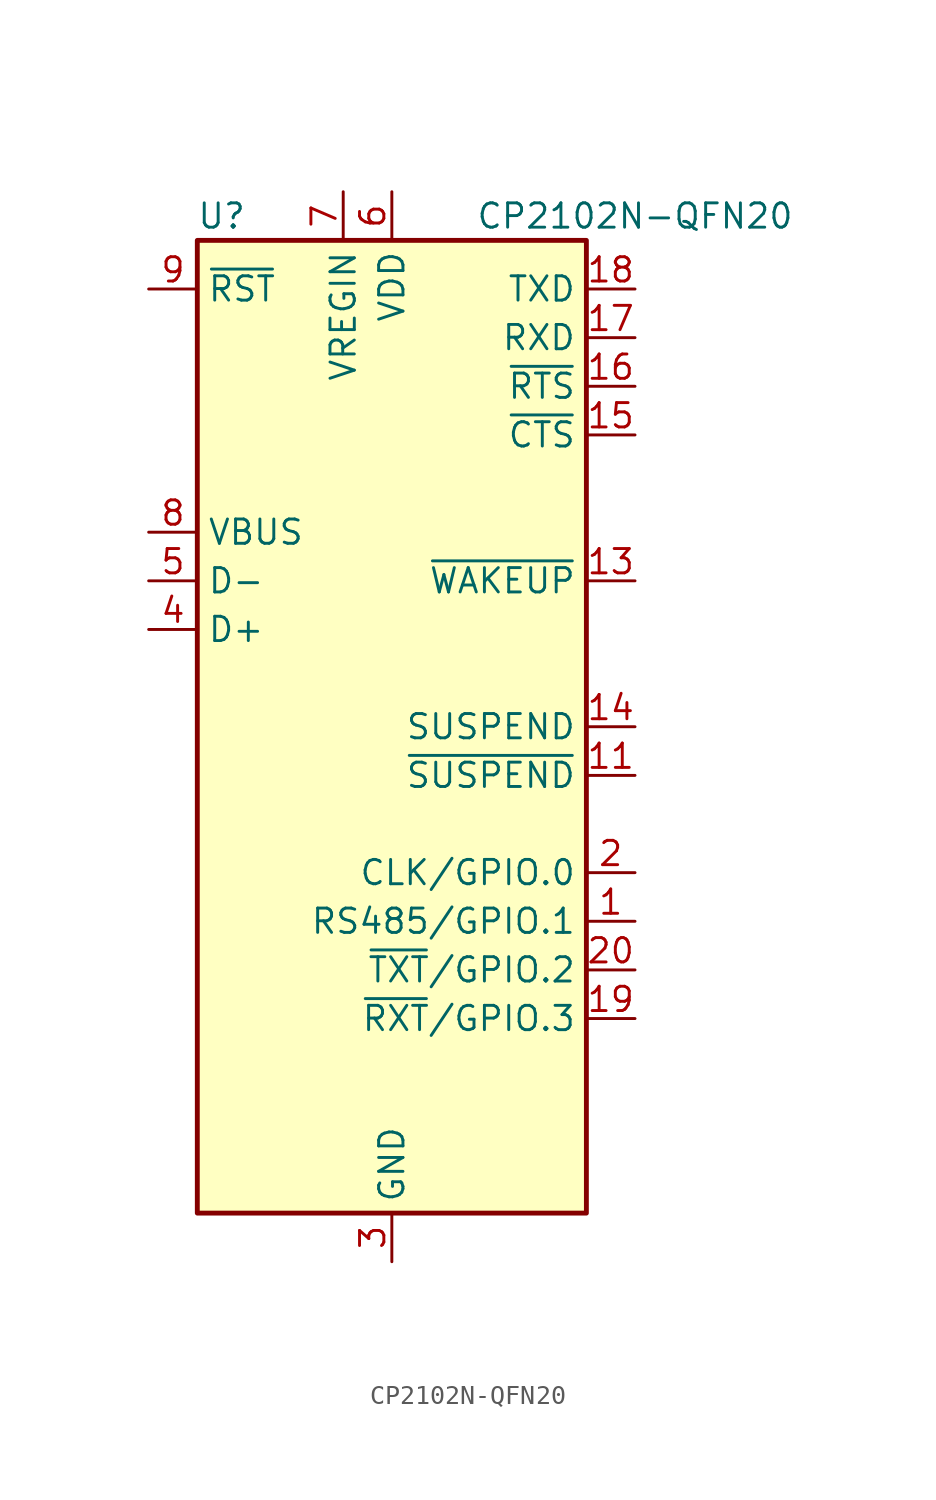
<source format=kicad_sym>
(kicad_symbol_lib
  (version 20231120)
  (generator "kicad_symbol_editor")
  (generator_version "8.0")
  (symbol "CP2102N-QFN20"
    (property "Reference" "U"
      (at -8.89 26.67 0)
      (effects (font (size 1.27 1.27))))
    (property "Value" "CP2102N-QFN20"
      (at 12.7 26.67 0)
      (effects (font (size 1.27 1.27))))
    (symbol "CP2102N-QFN20_0_1"
      (rectangle (start -10.16 25.4) (end 10.16 -25.4) (stroke (width 0.254) (type default)) (fill (type background))))
    (symbol "CP2102N-QFN20_1_1"
      (pin bidirectional line (at 12.7 -10.16 180) (length 2.54) (name "RS485/GPIO.1" (effects (font (size 1.27 1.27)))) (number "1" (effects (font (size 1.27 1.27)))))
      (pin no_connect line (at -10.16 -22.86 0) (length 2.54) hide (name "NC" (effects (font (size 1.27 1.27)))) (number "10" (effects (font (size 1.27 1.27)))))
      (pin output line (at 12.7 -2.54 180) (length 2.54) (name "~{SUSPEND}" (effects (font (size 1.27 1.27)))) (number "11" (effects (font (size 1.27 1.27)))))
      (pin passive line (at 0 -27.94 90) (length 2.54) hide (name "GND" (effects (font (size 1.27 1.27)))) (number "12" (effects (font (size 1.27 1.27)))))
      (pin input line (at 12.7 7.62 180) (length 2.54) (name "~{WAKEUP}" (effects (font (size 1.27 1.27)))) (number "13" (effects (font (size 1.27 1.27)))))
      (pin output line (at 12.7 0 180) (length 2.54) (name "SUSPEND" (effects (font (size 1.27 1.27)))) (number "14" (effects (font (size 1.27 1.27)))))
      (pin input line (at 12.7 15.24 180) (length 2.54) (name "~{CTS}" (effects (font (size 1.27 1.27)))) (number "15" (effects (font (size 1.27 1.27)))))
      (pin output line (at 12.7 17.78 180) (length 2.54) (name "~{RTS}" (effects (font (size 1.27 1.27)))) (number "16" (effects (font (size 1.27 1.27)))))
      (pin input line (at 12.7 20.32 180) (length 2.54) (name "RXD" (effects (font (size 1.27 1.27)))) (number "17" (effects (font (size 1.27 1.27)))))
      (pin output line (at 12.7 22.86 180) (length 2.54) (name "TXD" (effects (font (size 1.27 1.27)))) (number "18" (effects (font (size 1.27 1.27)))))
      (pin bidirectional line (at 12.7 -15.24 180) (length 2.54) (name "~{RXT}/GPIO.3" (effects (font (size 1.27 1.27)))) (number "19" (effects (font (size 1.27 1.27)))))
      (pin bidirectional line (at 12.7 -7.62 180) (length 2.54) (name "CLK/GPIO.0" (effects (font (size 1.27 1.27)))) (number "2" (effects (font (size 1.27 1.27)))))
      (pin bidirectional line (at 12.7 -12.7 180) (length 2.54) (name "~{TXT}/GPIO.2" (effects (font (size 1.27 1.27)))) (number "20" (effects (font (size 1.27 1.27)))))
      (pin power_in line (at 0 -27.94 90) (length 2.54) (name "GND" (effects (font (size 1.27 1.27)))) (number "3" (effects (font (size 1.27 1.27)))))
      (pin bidirectional line (at -12.7 5.08 0) (length 2.54) (name "D+" (effects (font (size 1.27 1.27)))) (number "4" (effects (font (size 1.27 1.27)))))
      (pin bidirectional line (at -12.7 7.62 0) (length 2.54) (name "D-" (effects (font (size 1.27 1.27)))) (number "5" (effects (font (size 1.27 1.27)))))
      (pin power_in line (at 0 27.94 270) (length 2.54) (name "VDD" (effects (font (size 1.27 1.27)))) (number "6" (effects (font (size 1.27 1.27)))))
      (pin power_in line (at -2.54 27.94 270) (length 2.54) (name "VREGIN" (effects (font (size 1.27 1.27)))) (number "7" (effects (font (size 1.27 1.27)))))
      (pin input line (at -12.7 10.16 0) (length 2.54) (name "VBUS" (effects (font (size 1.27 1.27)))) (number "8" (effects (font (size 1.27 1.27)))))
      (pin input line (at -12.7 22.86 0) (length 2.54) (name "~{RST}" (effects (font (size 1.27 1.27)))) (number "9" (effects (font (size 1.27 1.27))))))))
</source>
